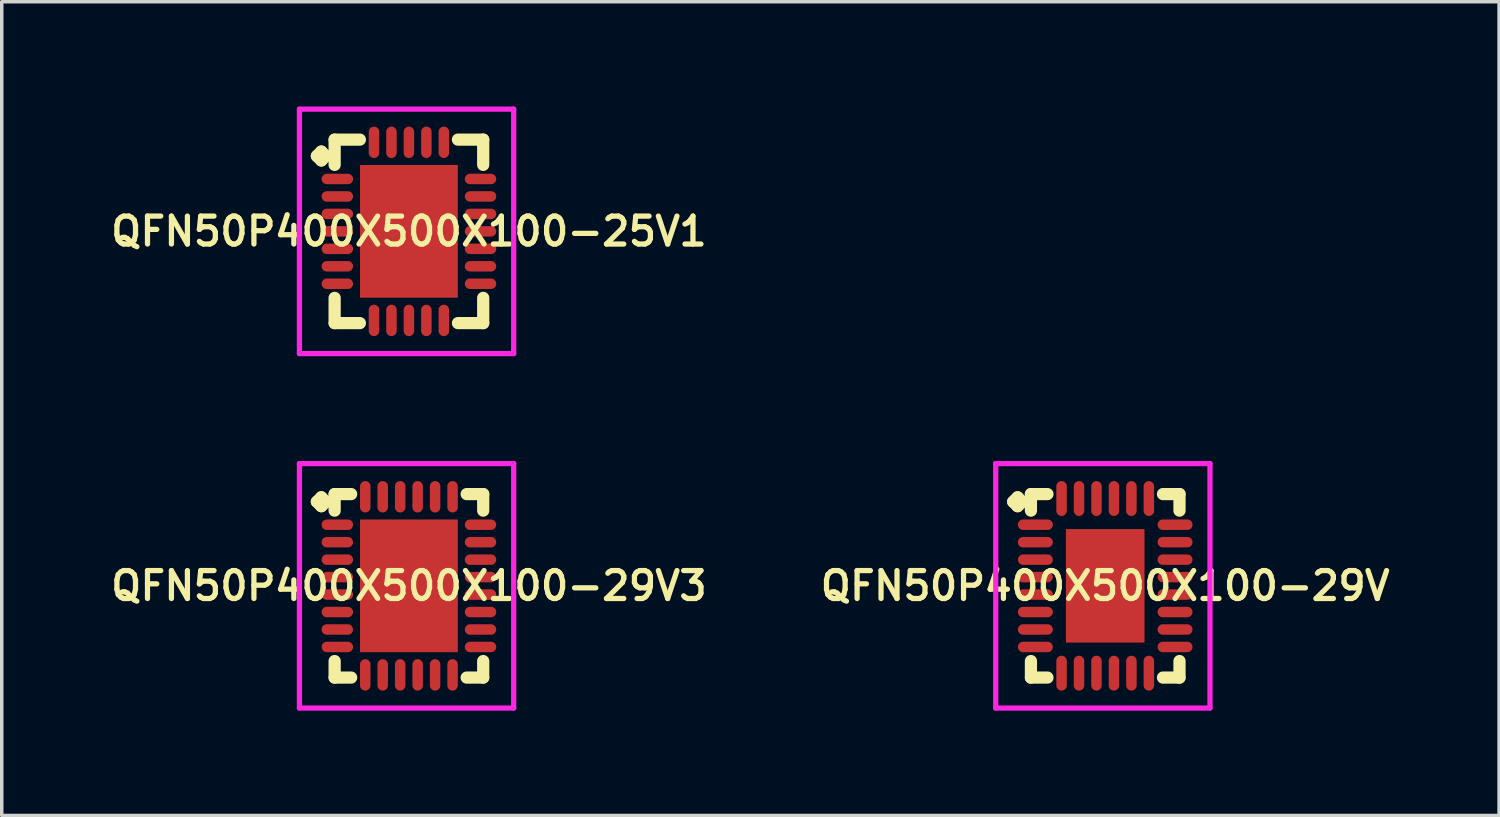
<source format=kicad_pcb>
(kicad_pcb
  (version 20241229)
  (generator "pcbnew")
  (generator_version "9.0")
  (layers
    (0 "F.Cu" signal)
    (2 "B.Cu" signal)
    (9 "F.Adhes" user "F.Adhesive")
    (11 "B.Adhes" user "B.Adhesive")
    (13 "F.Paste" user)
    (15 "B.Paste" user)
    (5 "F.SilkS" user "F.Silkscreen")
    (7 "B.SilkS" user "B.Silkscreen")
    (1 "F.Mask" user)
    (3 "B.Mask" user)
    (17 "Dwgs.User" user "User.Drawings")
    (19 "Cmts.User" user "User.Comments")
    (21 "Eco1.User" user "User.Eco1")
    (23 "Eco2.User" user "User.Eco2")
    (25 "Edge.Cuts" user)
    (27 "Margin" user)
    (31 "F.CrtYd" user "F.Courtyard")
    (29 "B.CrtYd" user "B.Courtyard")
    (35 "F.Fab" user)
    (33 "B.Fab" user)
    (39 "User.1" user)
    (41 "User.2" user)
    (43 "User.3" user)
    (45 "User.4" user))
  (footprint "QFN50P400X500X100-25V1"
    (layer "F.Cu")
    (at 8.659 3.575)
    (property "Reference" "QFN50P400X500X100-25V1" (at 0 0 0) (layer "F.SilkS") (effects (font (size 0.8 0.8) (thickness 0.15))))
    (attr smd)
    (fp_line (start -2.635 -2.158) (end -2.508 -2.285) (stroke (width 0.35) (type solid)) (layer "F.SilkS"))
    (fp_line (start -2.508 -2.285) (end -2.381 -2.158) (stroke (width 0.35) (type solid)) (layer "F.SilkS"))
    (fp_line (start -2.508 -2.031) (end -2.635 -2.158) (stroke (width 0.35) (type solid)) (layer "F.SilkS"))
    (fp_line (start -2.381 -2.158) (end -2.508 -2.031) (stroke (width 0.35) (type solid)) (layer "F.SilkS"))
    (fp_line (start -2.127 -2.627) (end -1.404 -2.627) (stroke (width 0.35) (type solid)) (layer "F.SilkS"))
    (fp_line (start -2.127 -1.904) (end -2.127 -2.627) (stroke (width 0.35) (type solid)) (layer "F.SilkS"))
    (fp_line (start -2.127 1.904) (end -2.127 2.627) (stroke (width 0.35) (type solid)) (layer "F.SilkS"))
    (fp_line (start -2.127 2.627) (end -1.404 2.627) (stroke (width 0.35) (type solid)) (layer "F.SilkS"))
    (fp_line (start 1.404 -2.627) (end 2.127 -2.627) (stroke (width 0.35) (type solid)) (layer "F.SilkS"))
    (fp_line (start 1.404 2.627) (end 2.127 2.627) (stroke (width 0.35) (type solid)) (layer "F.SilkS"))
    (fp_line (start 2.127 -2.627) (end 2.127 -1.904) (stroke (width 0.35) (type solid)) (layer "F.SilkS"))
    (fp_line (start 2.127 2.627) (end 2.127 1.904) (stroke (width 0.35) (type solid)) (layer "F.SilkS"))
    (fp_line (start -3.135 -3.5) (end 3 -3.5) (stroke (width 0.15) (type solid)) (layer "F.CrtYd"))
    (fp_line (start -3.135 3.5) (end -3.135 -3.5) (stroke (width 0.15) (type solid)) (layer "F.CrtYd"))
    (fp_line (start 3 -3.5) (end 3 3.5) (stroke (width 0.15) (type solid)) (layer "F.CrtYd"))
    (fp_line (start 3 3.5) (end -3.135 3.5) (stroke (width 0.15) (type solid)) (layer "F.CrtYd"))
    (pad "1" smd oval (at -2.05 -1.5) (size 0.9 0.3) (layers "F.Cu" "F.Mask" "F.Paste"))
    (pad "2" smd oval (at -2.05 -1) (size 0.9 0.3) (layers "F.Cu" "F.Mask" "F.Paste"))
    (pad "3" smd oval (at -2.05 -0.5) (size 0.9 0.3) (layers "F.Cu" "F.Mask" "F.Paste"))
    (pad "4" smd oval (at -2.05 0) (size 0.9 0.3) (layers "F.Cu" "F.Mask" "F.Paste"))
    (pad "5" smd oval (at -2.05 0.5) (size 0.9 0.3) (layers "F.Cu" "F.Mask" "F.Paste"))
    (pad "6" smd oval (at -2.05 1) (size 0.9 0.3) (layers "F.Cu" "F.Mask" "F.Paste"))
    (pad "7" smd oval (at -2.05 1.5) (size 0.9 0.3) (layers "F.Cu" "F.Mask" "F.Paste"))
    (pad "8" smd oval (at -1 2.55) (size 0.3 0.9) (layers "F.Cu" "F.Mask" "F.Paste"))
    (pad "9" smd oval (at -0.5 2.55) (size 0.3 0.9) (layers "F.Cu" "F.Mask" "F.Paste"))
    (pad "10" smd oval (at 0 2.55) (size 0.3 0.9) (layers "F.Cu" "F.Mask" "F.Paste"))
    (pad "11" smd oval (at 0.5 2.55) (size 0.3 0.9) (layers "F.Cu" "F.Mask" "F.Paste"))
    (pad "12" smd oval (at 1 2.55) (size 0.3 0.9) (layers "F.Cu" "F.Mask" "F.Paste"))
    (pad "13" smd oval (at 2.05 1.5) (size 0.9 0.3) (layers "F.Cu" "F.Mask" "F.Paste"))
    (pad "14" smd oval (at 2.05 1) (size 0.9 0.3) (layers "F.Cu" "F.Mask" "F.Paste"))
    (pad "15" smd oval (at 2.05 0.5) (size 0.9 0.3) (layers "F.Cu" "F.Mask" "F.Paste"))
    (pad "16" smd oval (at 2.05 0) (size 0.9 0.3) (layers "F.Cu" "F.Mask" "F.Paste"))
    (pad "17" smd oval (at 2.05 -0.5) (size 0.9 0.3) (layers "F.Cu" "F.Mask" "F.Paste"))
    (pad "18" smd oval (at 2.05 -1) (size 0.9 0.3) (layers "F.Cu" "F.Mask" "F.Paste"))
    (pad "19" smd oval (at 2.05 -1.5) (size 0.9 0.3) (layers "F.Cu" "F.Mask" "F.Paste"))
    (pad "20" smd oval (at 1 -2.55) (size 0.3 0.9) (layers "F.Cu" "F.Mask" "F.Paste"))
    (pad "21" smd oval (at 0.5 -2.55) (size 0.3 0.9) (layers "F.Cu" "F.Mask" "F.Paste"))
    (pad "22" smd oval (at 0 -2.55) (size 0.3 0.9) (layers "F.Cu" "F.Mask" "F.Paste"))
    (pad "23" smd oval (at -0.5 -2.55) (size 0.3 0.9) (layers "F.Cu" "F.Mask" "F.Paste"))
    (pad "24" smd oval (at -1 -2.55) (size 0.3 0.9) (layers "F.Cu" "F.Mask" "F.Paste"))
    (pad "25" smd rect (at 0 0) (size 2.8 3.8) (layers "F.Cu" "F.Mask" "F.Paste")))
  (footprint "QFN50P400X500X100-29V"
    (layer "F.Cu")
    (at 28.597 13.725)
    (property "Reference" "QFN50P400X500X100-29V" (at 0 0 0) (layer "F.SilkS") (effects (font (size 0.8 0.8) (thickness 0.15))))
    (attr smd)
    (fp_line (start -2.635 -2.408) (end -2.508 -2.535) (stroke (width 0.35) (type solid)) (layer "F.SilkS"))
    (fp_line (start -2.508 -2.535) (end -2.381 -2.408) (stroke (width 0.35) (type solid)) (layer "F.SilkS"))
    (fp_line (start -2.508 -2.281) (end -2.635 -2.408) (stroke (width 0.35) (type solid)) (layer "F.SilkS"))
    (fp_line (start -2.381 -2.408) (end -2.508 -2.281) (stroke (width 0.35) (type solid)) (layer "F.SilkS"))
    (fp_line (start -2.127 -2.627) (end -1.654 -2.627) (stroke (width 0.35) (type solid)) (layer "F.SilkS"))
    (fp_line (start -2.127 -2.154) (end -2.127 -2.627) (stroke (width 0.35) (type solid)) (layer "F.SilkS"))
    (fp_line (start -2.127 2.154) (end -2.127 2.627) (stroke (width 0.35) (type solid)) (layer "F.SilkS"))
    (fp_line (start -2.127 2.627) (end -1.654 2.627) (stroke (width 0.35) (type solid)) (layer "F.SilkS"))
    (fp_line (start 1.654 -2.627) (end 2.127 -2.627) (stroke (width 0.35) (type solid)) (layer "F.SilkS"))
    (fp_line (start 1.654 2.627) (end 2.127 2.627) (stroke (width 0.35) (type solid)) (layer "F.SilkS"))
    (fp_line (start 2.127 -2.627) (end 2.127 -2.154) (stroke (width 0.35) (type solid)) (layer "F.SilkS"))
    (fp_line (start 2.127 2.627) (end 2.127 2.154) (stroke (width 0.35) (type solid)) (layer "F.SilkS"))
    (fp_line (start -3.135 -3.5) (end 3 -3.5) (stroke (width 0.15) (type solid)) (layer "F.CrtYd"))
    (fp_line (start -3.135 3.5) (end -3.135 -3.5) (stroke (width 0.15) (type solid)) (layer "F.CrtYd"))
    (fp_line (start 3 -3.5) (end 3 3.5) (stroke (width 0.15) (type solid)) (layer "F.CrtYd"))
    (fp_line (start 3 3.5) (end -3.135 3.5) (stroke (width 0.15) (type solid)) (layer "F.CrtYd"))
    (pad "1" smd oval (at -2 -1.75) (size 1 0.3) (layers "F.Cu" "F.Mask" "F.Paste"))
    (pad "2" smd oval (at -2 -1.25) (size 1 0.3) (layers "F.Cu" "F.Mask" "F.Paste"))
    (pad "3" smd oval (at -2 -0.75) (size 1 0.3) (layers "F.Cu" "F.Mask" "F.Paste"))
    (pad "4" smd oval (at -2 -0.25) (size 1 0.3) (layers "F.Cu" "F.Mask" "F.Paste"))
    (pad "5" smd oval (at -2 0.25) (size 1 0.3) (layers "F.Cu" "F.Mask" "F.Paste"))
    (pad "6" smd oval (at -2 0.75) (size 1 0.3) (layers "F.Cu" "F.Mask" "F.Paste"))
    (pad "7" smd oval (at -2 1.25) (size 1 0.3) (layers "F.Cu" "F.Mask" "F.Paste"))
    (pad "8" smd oval (at -2 1.75) (size 1 0.3) (layers "F.Cu" "F.Mask" "F.Paste"))
    (pad "9" smd oval (at -1.25 2.5) (size 0.3 1) (layers "F.Cu" "F.Mask" "F.Paste"))
    (pad "10" smd oval (at -0.75 2.5) (size 0.3 1) (layers "F.Cu" "F.Mask" "F.Paste"))
    (pad "11" smd oval (at -0.25 2.5) (size 0.3 1) (layers "F.Cu" "F.Mask" "F.Paste"))
    (pad "12" smd oval (at 0.25 2.5) (size 0.3 1) (layers "F.Cu" "F.Mask" "F.Paste"))
    (pad "13" smd oval (at 0.75 2.5) (size 0.3 1) (layers "F.Cu" "F.Mask" "F.Paste"))
    (pad "14" smd oval (at 1.25 2.5) (size 0.3 1) (layers "F.Cu" "F.Mask" "F.Paste"))
    (pad "15" smd oval (at 2 1.75) (size 1 0.3) (layers "F.Cu" "F.Mask" "F.Paste"))
    (pad "16" smd oval (at 2 1.25) (size 1 0.3) (layers "F.Cu" "F.Mask" "F.Paste"))
    (pad "17" smd oval (at 2 0.75) (size 1 0.3) (layers "F.Cu" "F.Mask" "F.Paste"))
    (pad "18" smd oval (at 2 0.25) (size 1 0.3) (layers "F.Cu" "F.Mask" "F.Paste"))
    (pad "19" smd oval (at 2 -0.25) (size 1 0.3) (layers "F.Cu" "F.Mask" "F.Paste"))
    (pad "20" smd oval (at 2 -0.75) (size 1 0.3) (layers "F.Cu" "F.Mask" "F.Paste"))
    (pad "21" smd oval (at 2 -1.25) (size 1 0.3) (layers "F.Cu" "F.Mask" "F.Paste"))
    (pad "22" smd oval (at 2 -1.75) (size 1 0.3) (layers "F.Cu" "F.Mask" "F.Paste"))
    (pad "23" smd oval (at 1.25 -2.5) (size 0.3 1) (layers "F.Cu" "F.Mask" "F.Paste"))
    (pad "24" smd oval (at 0.75 -2.5) (size 0.3 1) (layers "F.Cu" "F.Mask" "F.Paste"))
    (pad "25" smd oval (at 0.25 -2.5) (size 0.3 1) (layers "F.Cu" "F.Mask" "F.Paste"))
    (pad "26" smd oval (at -0.25 -2.5) (size 0.3 1) (layers "F.Cu" "F.Mask" "F.Paste"))
    (pad "27" smd oval (at -0.75 -2.5) (size 0.3 1) (layers "F.Cu" "F.Mask" "F.Paste"))
    (pad "28" smd oval (at -1.25 -2.5) (size 0.3 1) (layers "F.Cu" "F.Mask" "F.Paste"))
    (pad "29" smd rect (at 0 0) (size 2.25 3.25) (layers "F.Cu" "F.Mask" "F.Paste")))
  (footprint "QFN50P400X500X100-29V3"
    (layer "F.Cu")
    (at 8.659 13.725)
    (property "Reference" "QFN50P400X500X100-29V3" (at 0 0 0) (layer "F.SilkS") (effects (font (size 0.8 0.8) (thickness 0.15))))
    (attr smd)
    (fp_line (start -2.635 -2.408) (end -2.508 -2.535) (stroke (width 0.35) (type solid)) (layer "F.SilkS"))
    (fp_line (start -2.508 -2.535) (end -2.381 -2.408) (stroke (width 0.35) (type solid)) (layer "F.SilkS"))
    (fp_line (start -2.508 -2.281) (end -2.635 -2.408) (stroke (width 0.35) (type solid)) (layer "F.SilkS"))
    (fp_line (start -2.381 -2.408) (end -2.508 -2.281) (stroke (width 0.35) (type solid)) (layer "F.SilkS"))
    (fp_line (start -2.127 -2.627) (end -1.654 -2.627) (stroke (width 0.35) (type solid)) (layer "F.SilkS"))
    (fp_line (start -2.127 -2.154) (end -2.127 -2.627) (stroke (width 0.35) (type solid)) (layer "F.SilkS"))
    (fp_line (start -2.127 2.154) (end -2.127 2.627) (stroke (width 0.35) (type solid)) (layer "F.SilkS"))
    (fp_line (start -2.127 2.627) (end -1.654 2.627) (stroke (width 0.35) (type solid)) (layer "F.SilkS"))
    (fp_line (start 1.654 -2.627) (end 2.127 -2.627) (stroke (width 0.35) (type solid)) (layer "F.SilkS"))
    (fp_line (start 1.654 2.627) (end 2.127 2.627) (stroke (width 0.35) (type solid)) (layer "F.SilkS"))
    (fp_line (start 2.127 -2.627) (end 2.127 -2.154) (stroke (width 0.35) (type solid)) (layer "F.SilkS"))
    (fp_line (start 2.127 2.627) (end 2.127 2.154) (stroke (width 0.35) (type solid)) (layer "F.SilkS"))
    (fp_line (start -3.135 -3.5) (end 3 -3.5) (stroke (width 0.15) (type solid)) (layer "F.CrtYd"))
    (fp_line (start -3.135 3.5) (end -3.135 -3.5) (stroke (width 0.15) (type solid)) (layer "F.CrtYd"))
    (fp_line (start 3 -3.5) (end 3 3.5) (stroke (width 0.15) (type solid)) (layer "F.CrtYd"))
    (fp_line (start 3 3.5) (end -3.135 3.5) (stroke (width 0.15) (type solid)) (layer "F.CrtYd"))
    (pad "1" smd oval (at -2.05 -1.75) (size 0.9 0.3) (layers "F.Cu" "F.Mask" "F.Paste"))
    (pad "2" smd oval (at -2.05 -1.25) (size 0.9 0.3) (layers "F.Cu" "F.Mask" "F.Paste"))
    (pad "3" smd oval (at -2.05 -0.75) (size 0.9 0.3) (layers "F.Cu" "F.Mask" "F.Paste"))
    (pad "4" smd oval (at -2.05 -0.25) (size 0.9 0.3) (layers "F.Cu" "F.Mask" "F.Paste"))
    (pad "5" smd oval (at -2.05 0.25) (size 0.9 0.3) (layers "F.Cu" "F.Mask" "F.Paste"))
    (pad "6" smd oval (at -2.05 0.75) (size 0.9 0.3) (layers "F.Cu" "F.Mask" "F.Paste"))
    (pad "7" smd oval (at -2.05 1.25) (size 0.9 0.3) (layers "F.Cu" "F.Mask" "F.Paste"))
    (pad "8" smd oval (at -2.05 1.75) (size 0.9 0.3) (layers "F.Cu" "F.Mask" "F.Paste"))
    (pad "9" smd oval (at -1.25 2.55) (size 0.3 0.9) (layers "F.Cu" "F.Mask" "F.Paste"))
    (pad "10" smd oval (at -0.75 2.55) (size 0.3 0.9) (layers "F.Cu" "F.Mask" "F.Paste"))
    (pad "11" smd oval (at -0.25 2.55) (size 0.3 0.9) (layers "F.Cu" "F.Mask" "F.Paste"))
    (pad "12" smd oval (at 0.25 2.55) (size 0.3 0.9) (layers "F.Cu" "F.Mask" "F.Paste"))
    (pad "13" smd oval (at 0.75 2.55) (size 0.3 0.9) (layers "F.Cu" "F.Mask" "F.Paste"))
    (pad "14" smd oval (at 1.25 2.55) (size 0.3 0.9) (layers "F.Cu" "F.Mask" "F.Paste"))
    (pad "15" smd oval (at 2.05 1.75) (size 0.9 0.3) (layers "F.Cu" "F.Mask" "F.Paste"))
    (pad "16" smd oval (at 2.05 1.25) (size 0.9 0.3) (layers "F.Cu" "F.Mask" "F.Paste"))
    (pad "17" smd oval (at 2.05 0.75) (size 0.9 0.3) (layers "F.Cu" "F.Mask" "F.Paste"))
    (pad "18" smd oval (at 2.05 0.25) (size 0.9 0.3) (layers "F.Cu" "F.Mask" "F.Paste"))
    (pad "19" smd oval (at 2.05 -0.25) (size 0.9 0.3) (layers "F.Cu" "F.Mask" "F.Paste"))
    (pad "20" smd oval (at 2.05 -0.75) (size 0.9 0.3) (layers "F.Cu" "F.Mask" "F.Paste"))
    (pad "21" smd oval (at 2.05 -1.25) (size 0.9 0.3) (layers "F.Cu" "F.Mask" "F.Paste"))
    (pad "22" smd oval (at 2.05 -1.75) (size 0.9 0.3) (layers "F.Cu" "F.Mask" "F.Paste"))
    (pad "23" smd oval (at 1.25 -2.55) (size 0.3 0.9) (layers "F.Cu" "F.Mask" "F.Paste"))
    (pad "24" smd oval (at 0.75 -2.55) (size 0.3 0.9) (layers "F.Cu" "F.Mask" "F.Paste"))
    (pad "25" smd oval (at 0.25 -2.55) (size 0.3 0.9) (layers "F.Cu" "F.Mask" "F.Paste"))
    (pad "26" smd oval (at -0.25 -2.55) (size 0.3 0.9) (layers "F.Cu" "F.Mask" "F.Paste"))
    (pad "27" smd oval (at -0.75 -2.55) (size 0.3 0.9) (layers "F.Cu" "F.Mask" "F.Paste"))
    (pad "28" smd oval (at -1.25 -2.55) (size 0.3 0.9) (layers "F.Cu" "F.Mask" "F.Paste"))
    (pad "29" smd rect (at 0 0) (size 2.8 3.8) (layers "F.Cu" "F.Mask" "F.Paste")))
  (gr_rect
    (start -3 -3)
    (end 39.875 20.3)
    (stroke (width 0.1) (type default))
    (fill no)
    (layer "Edge.Cuts")))
</source>
